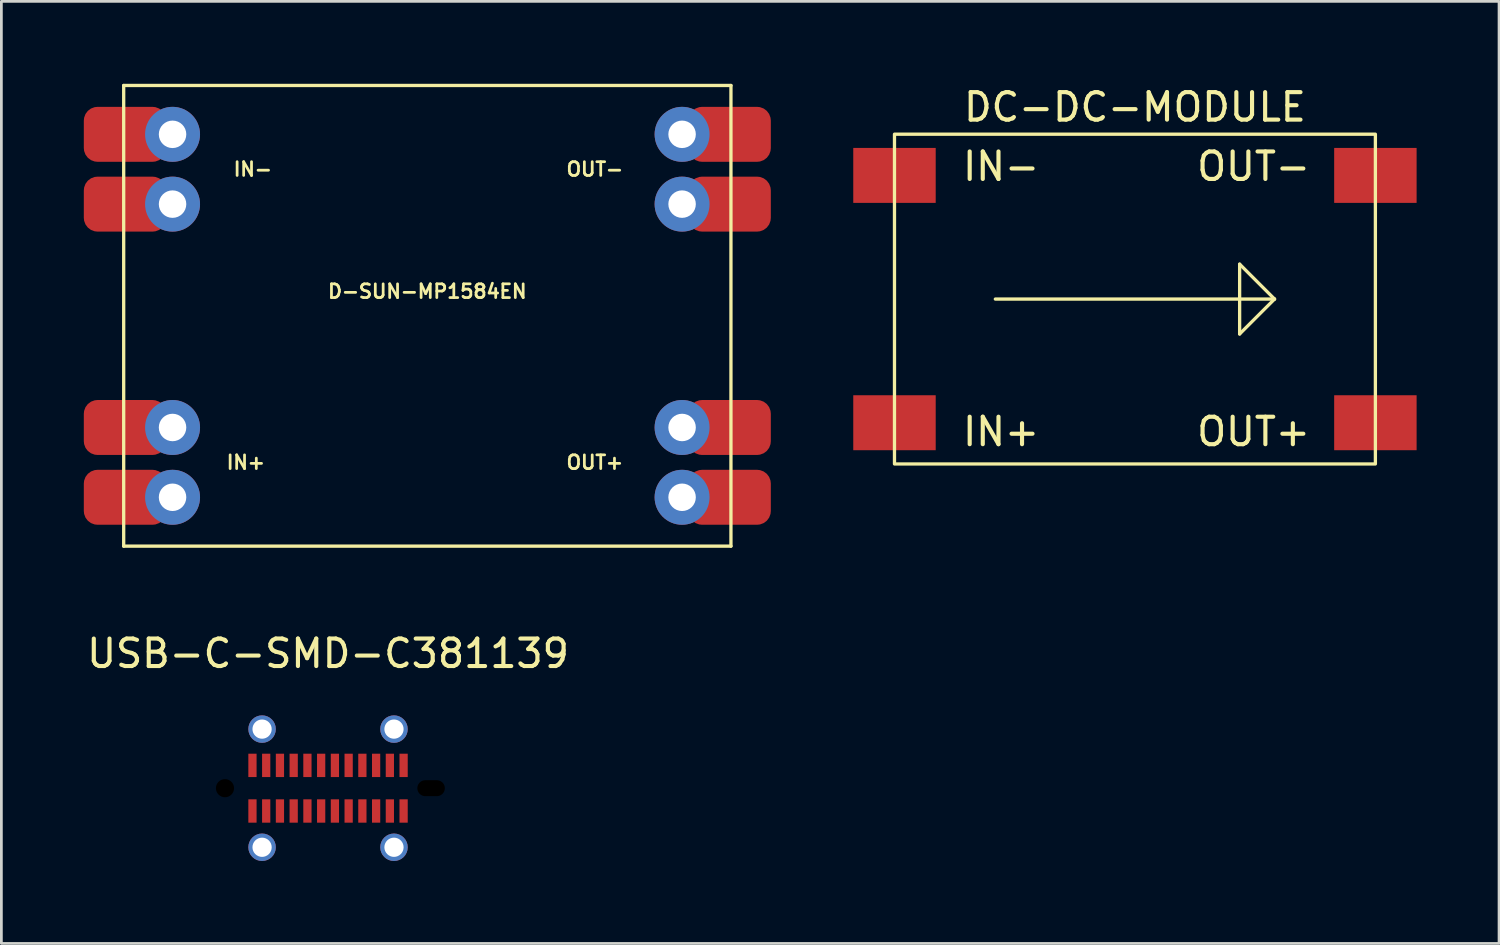
<source format=kicad_pcb>
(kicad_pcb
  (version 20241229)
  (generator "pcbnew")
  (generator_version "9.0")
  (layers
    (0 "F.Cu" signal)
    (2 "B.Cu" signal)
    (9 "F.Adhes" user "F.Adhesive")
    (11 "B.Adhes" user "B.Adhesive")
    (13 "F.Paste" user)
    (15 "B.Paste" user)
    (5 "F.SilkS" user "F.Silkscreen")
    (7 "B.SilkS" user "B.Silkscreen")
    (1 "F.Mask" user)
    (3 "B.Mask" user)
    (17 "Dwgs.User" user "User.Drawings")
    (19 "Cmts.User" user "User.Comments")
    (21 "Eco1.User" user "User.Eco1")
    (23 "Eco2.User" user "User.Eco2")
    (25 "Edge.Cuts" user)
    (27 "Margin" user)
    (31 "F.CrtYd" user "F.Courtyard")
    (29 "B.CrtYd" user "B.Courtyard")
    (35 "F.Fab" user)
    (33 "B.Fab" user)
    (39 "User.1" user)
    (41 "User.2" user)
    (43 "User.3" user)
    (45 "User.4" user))
  (footprint "DC-DC-MODULE"
    (layer "F.Cu")
    (at 38.25 7.833)
    (property "Reference" "DC-DC-MODULE" (at 0 -6.985 0) (unlocked yes) (layer "F.SilkS") (effects (font (size 1 1) (thickness 0.15))))
    (fp_line (start -5.08 0) (end 5.08 0) (stroke (width 0.12) (type default)) (layer "F.SilkS"))
    (fp_line (start 3.81 -1.27) (end 3.81 1.27) (stroke (width 0.12) (type default)) (layer "F.SilkS"))
    (fp_line (start 3.81 1.27) (end 5.08 0) (stroke (width 0.12) (type default)) (layer "F.SilkS"))
    (fp_line (start 5.08 0) (end 3.81 -1.27) (stroke (width 0.12) (type default)) (layer "F.SilkS"))
    (fp_rect (start -8.75 -6) (end 8.75 6) (stroke (width 0.12) (type default)) (fill no) (layer "F.SilkS"))
    (fp_text user "IN-" (at -6.35 -4.826 0) (unlocked yes) (layer "F.SilkS") (effects (font (size 1 1) (thickness 0.15)) (justify left)))
    (fp_text user "OUT+" (at 4.318 4.826 0) (unlocked yes) (layer "F.SilkS") (effects (font (size 1 1) (thickness 0.15))))
    (fp_text user "IN+" (at -6.35 4.826 0) (unlocked yes) (layer "F.SilkS") (effects (font (size 1 1) (thickness 0.15)) (justify left)))
    (fp_text user "OUT-" (at 4.318 -4.826 0) (unlocked yes) (layer "F.SilkS") (effects (font (size 1 1) (thickness 0.15))))
    (pad "1" smd rect (at -8.75 -4.5) (size 3 2) (layers "F.Cu" "F.Mask" "F.Paste"))
    (pad "2" smd rect (at -8.75 4.5) (size 3 2) (layers "F.Cu" "F.Mask" "F.Paste"))
    (pad "3" smd rect (at 8.75 4.5) (size 3 2) (layers "F.Cu" "F.Mask" "F.Paste"))
    (pad "4" smd rect (at 8.75 -4.5) (size 3 2) (layers "F.Cu" "F.Mask" "F.Paste")))
  (footprint "USB-C-SMD-C381139"
    (layer "F.Cu")
    (at 8.887 25.632)
    (property "Reference" "USB-C-SMD-C381139" (at 0 -4.9 0) (unlocked yes) (layer "F.SilkS") (effects (font (size 1 1) (thickness 0.15))))
    (attr smd)
    (pad "" np_thru_hole circle (at -3.75 0) (size 0.66 0.66) (drill 0.66) (layers "*.Mask"))
    (pad "" thru_hole circle (at -2.4 -2.15) (size 1 1) (drill 0.7) (layers "*.Cu" "*.Mask"))
    (pad "" thru_hole circle (at -2.4 2.15) (size 1 1) (drill 0.7) (layers "*.Cu" "*.Mask"))
    (pad "" thru_hole circle (at 2.4 -2.15) (size 1 1) (drill 0.7) (layers "*.Cu" "*.Mask"))
    (pad "" thru_hole circle (at 2.4 2.15) (size 1 1) (drill 0.7) (layers "*.Cu" "*.Mask"))
    (pad "" np_thru_hole oval (at 3.75 0) (size 1 0.58) (drill oval 1 0.58) (layers "*.Mask"))
    (pad "A1" smd rect (at -2.75 -0.83) (size 0.3 0.85) (layers "F.Cu" "F.Mask" "F.Paste"))
    (pad "A2" smd rect (at -2.25 -0.83) (size 0.3 0.85) (layers "F.Cu" "F.Mask" "F.Paste"))
    (pad "A3" smd rect (at -1.75 -0.83) (size 0.3 0.85) (layers "F.Cu" "F.Mask" "F.Paste"))
    (pad "A4" smd rect (at -1.25 -0.83) (size 0.3 0.85) (layers "F.Cu" "F.Mask" "F.Paste"))
    (pad "A5" smd rect (at -0.75 -0.83) (size 0.3 0.85) (layers "F.Cu" "F.Mask" "F.Paste"))
    (pad "A6" smd rect (at -0.25 -0.83) (size 0.3 0.85) (layers "F.Cu" "F.Mask" "F.Paste"))
    (pad "A7" smd rect (at 0.25 -0.83) (size 0.3 0.85) (layers "F.Cu" "F.Mask" "F.Paste"))
    (pad "A8" smd rect (at 0.75 -0.83) (size 0.3 0.85) (layers "F.Cu" "F.Mask" "F.Paste"))
    (pad "A9" smd rect (at 1.25 -0.83) (size 0.3 0.85) (layers "F.Cu" "F.Mask" "F.Paste"))
    (pad "A10" smd rect (at 1.75 -0.83) (size 0.3 0.85) (layers "F.Cu" "F.Mask" "F.Paste"))
    (pad "A11" smd rect (at 2.25 -0.83) (size 0.3 0.85) (layers "F.Cu" "F.Mask" "F.Paste"))
    (pad "A12" smd rect (at 2.75 -0.83) (size 0.3 0.85) (layers "F.Cu" "F.Mask" "F.Paste"))
    (pad "B1" smd rect (at 2.75 0.83) (size 0.3 0.85) (layers "F.Cu" "F.Mask" "F.Paste"))
    (pad "B2" smd rect (at 2.25 0.83) (size 0.3 0.85) (layers "F.Cu" "F.Mask" "F.Paste"))
    (pad "B3" smd rect (at 1.75 0.83) (size 0.3 0.85) (layers "F.Cu" "F.Mask" "F.Paste"))
    (pad "B4" smd rect (at 1.25 0.83) (size 0.3 0.85) (layers "F.Cu" "F.Mask" "F.Paste"))
    (pad "B5" smd rect (at 0.75 0.83) (size 0.3 0.85) (layers "F.Cu" "F.Mask" "F.Paste"))
    (pad "B6" smd rect (at 0.25 0.83) (size 0.3 0.85) (layers "F.Cu" "F.Mask" "F.Paste"))
    (pad "B7" smd rect (at -0.25 0.83) (size 0.3 0.85) (layers "F.Cu" "F.Mask" "F.Paste"))
    (pad "B8" smd rect (at -0.75 0.83) (size 0.3 0.85) (layers "F.Cu" "F.Mask" "F.Paste"))
    (pad "B9" smd rect (at -1.25 0.83) (size 0.3 0.85) (layers "F.Cu" "F.Mask" "F.Paste"))
    (pad "B10" smd rect (at -1.75 0.83) (size 0.3 0.85) (layers "F.Cu" "F.Mask" "F.Paste"))
    (pad "B11" smd rect (at -2.25 0.83) (size 0.3 0.85) (layers "F.Cu" "F.Mask" "F.Paste"))
    (pad "B12" smd rect (at -2.75 0.83) (size 0.3 0.85) (layers "F.Cu" "F.Mask" "F.Paste")))
  (footprint "D-SUN-MP1584EN"
    (layer "F.Cu")
    (at 12.5 8.442)
    (property "Reference" "D-SUN-MP1584EN" (at 0 -0.889 180) (layer "F.SilkS") (effects (font (size 0.5 0.5) (thickness 0.1))))
    (attr through_hole)
    (fp_line (start -11.049 -8.382) (end 11.049 -8.382) (stroke (width 0.12) (type solid)) (layer "F.SilkS"))
    (fp_line (start -11.049 8.382) (end -11.049 -8.382) (stroke (width 0.12) (type solid)) (layer "F.SilkS"))
    (fp_line (start 11.049 -8.382) (end 11.049 8.382) (stroke (width 0.12) (type solid)) (layer "F.SilkS"))
    (fp_line (start 11.049 8.382) (end -11.049 8.382) (stroke (width 0.12) (type solid)) (layer "F.SilkS"))
    (fp_text user "IN-" (at -6.35 -5.334 180) (layer "F.SilkS") (effects (font (size 0.5 0.5) (thickness 0.1))))
    (fp_text user "OUT-" (at 6.096 -5.334 180) (layer "F.SilkS") (effects (font (size 0.5 0.5) (thickness 0.1))))
    (fp_text user "OUT+" (at 6.096 5.334 180) (layer "F.SilkS") (effects (font (size 0.5 0.5) (thickness 0.1))))
    (fp_text user "IN+" (at -6.604 5.334 180) (layer "F.SilkS") (effects (font (size 0.5 0.5) (thickness 0.1))))
    (pad "1" smd roundrect (at -11 -6.604) (size 3 2) (layers "F.Cu" "F.Mask" "F.Paste") (roundrect_rratio 0.25))
    (pad "1" smd roundrect (at -11 -4.064) (size 3 2) (layers "F.Cu" "F.Mask" "F.Paste") (roundrect_rratio 0.25))
    (pad "1" thru_hole circle (at -9.271 -6.604) (size 2 2) (drill 1) (layers "*.Cu" "*.Mask"))
    (pad "1" thru_hole circle (at -9.271 -4.064) (size 2 2) (drill 1) (layers "*.Cu" "*.Mask"))
    (pad "2" smd roundrect (at -11 4.064) (size 3 2) (layers "F.Cu" "F.Mask" "F.Paste") (roundrect_rratio 0.25))
    (pad "2" smd roundrect (at -11 6.604) (size 3 2) (layers "F.Cu" "F.Mask" "F.Paste") (roundrect_rratio 0.25))
    (pad "2" thru_hole circle (at -9.271 4.064) (size 2 2) (drill 1) (layers "*.Cu" "*.Mask"))
    (pad "2" thru_hole circle (at -9.271 6.604) (size 2 2) (drill 1) (layers "*.Cu" "*.Mask"))
    (pad "3" thru_hole circle (at 9.271 -6.604) (size 2 2) (drill 1) (layers "*.Cu" "*.Mask"))
    (pad "3" thru_hole circle (at 9.271 -4.064) (size 2 2) (drill 1) (layers "*.Cu" "*.Mask"))
    (pad "3" smd roundrect (at 11 -6.604) (size 3 2) (layers "F.Cu" "F.Mask" "F.Paste") (roundrect_rratio 0.25))
    (pad "3" smd roundrect (at 11 -4.064) (size 3 2) (layers "F.Cu" "F.Mask" "F.Paste") (roundrect_rratio 0.25))
    (pad "4" thru_hole circle (at 9.271 4.064) (size 2 2) (drill 1) (layers "*.Cu" "*.Mask"))
    (pad "4" thru_hole circle (at 9.271 6.604) (size 2 2) (drill 1) (layers "*.Cu" "*.Mask"))
    (pad "4" smd roundrect (at 11 4.064) (size 3 2) (layers "F.Cu" "F.Mask" "F.Paste") (roundrect_rratio 0.25))
    (pad "4" smd roundrect (at 11 6.604) (size 3 2) (layers "F.Cu" "F.Mask" "F.Paste") (roundrect_rratio 0.25)))
  (gr_rect
    (start -3 -3)
    (end 51.5 31.282)
    (stroke (width 0.1) (type default))
    (fill no)
    (layer "Edge.Cuts")))
</source>
